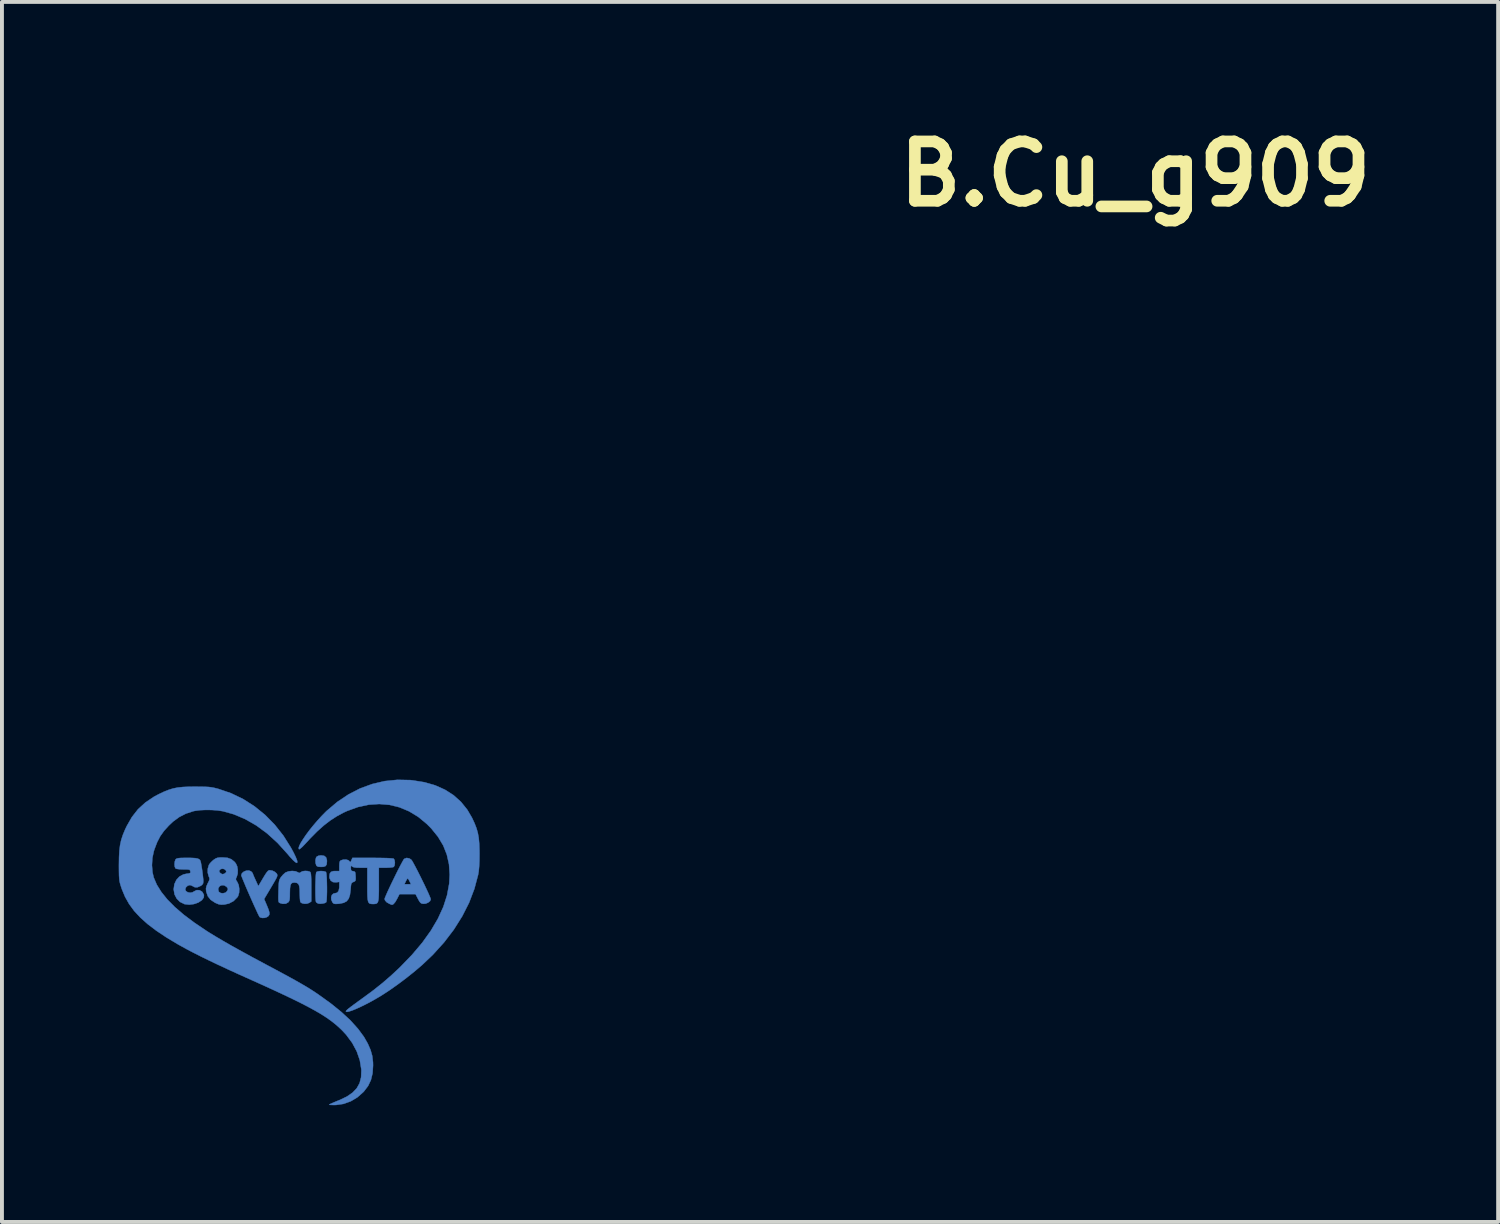
<source format=kicad_pcb>
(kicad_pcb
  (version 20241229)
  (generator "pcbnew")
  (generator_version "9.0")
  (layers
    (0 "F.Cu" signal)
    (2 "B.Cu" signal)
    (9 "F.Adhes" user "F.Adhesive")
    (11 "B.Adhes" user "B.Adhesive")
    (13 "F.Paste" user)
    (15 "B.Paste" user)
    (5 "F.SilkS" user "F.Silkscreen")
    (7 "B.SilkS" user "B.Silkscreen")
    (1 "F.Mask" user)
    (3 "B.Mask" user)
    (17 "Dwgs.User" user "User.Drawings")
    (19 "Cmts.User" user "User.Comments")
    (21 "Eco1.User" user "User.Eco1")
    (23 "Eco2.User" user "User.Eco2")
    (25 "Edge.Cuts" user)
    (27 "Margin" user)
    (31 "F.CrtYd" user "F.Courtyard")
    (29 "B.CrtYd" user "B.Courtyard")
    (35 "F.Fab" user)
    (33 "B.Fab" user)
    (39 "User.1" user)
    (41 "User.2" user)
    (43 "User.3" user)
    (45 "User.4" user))
  (footprint "B.Cu_g909"
    (layer "F.Cu")
    (at 26.113 1.418)
    (property "Reference" "B.Cu_g909" (at 0 0 0) (layer "F.SilkS") (effects (font (size 1.524 1.524) (thickness 0.3))))
    (attr through_hole)
    (fp_poly (pts (xy -20.834 17.517) (xy -20.787 17.556) (xy -20.766 17.626) (xy -20.765 17.661) (xy -20.772 17.735) (xy -20.798 17.778) (xy -20.852 17.798) (xy -20.916 17.801) (xy -20.984 17.797) (xy -21.023 17.78) (xy -21.039 17.76) (xy -21.057 17.698) (xy -21.059 17.626) (xy -21.044 17.563) (xy -21.028 17.538) (xy -20.984 17.515) (xy -20.921 17.505) (xy -20.913 17.505) (xy -20.834 17.517)) (stroke (width 0.01) (type solid)) (fill yes) (layer "B.Cu"))
    (fp_poly (pts (xy -20.848 17.912) (xy -20.801 17.925) (xy -20.79 17.932) (xy -20.781 17.961) (xy -20.775 18.024) (xy -20.769 18.112) (xy -20.766 18.216) (xy -20.764 18.328) (xy -20.764 18.44) (xy -20.767 18.543) (xy -20.771 18.628) (xy -20.777 18.686) (xy -20.783 18.708) (xy -20.815 18.728) (xy -20.872 18.742) (xy -20.936 18.748) (xy -20.989 18.742) (xy -20.997 18.739) (xy -21.035 18.714) (xy -21.045 18.703) (xy -21.052 18.671) (xy -21.057 18.606) (xy -21.06 18.517) (xy -21.061 18.412) (xy -21.061 18.3) (xy -21.058 18.189) (xy -21.054 18.088) (xy -21.049 18.006) (xy -21.042 17.951) (xy -21.035 17.932) (xy -21 17.917) (xy -20.941 17.908) (xy -20.913 17.907) (xy -20.848 17.912)) (stroke (width 0.01) (type solid)) (fill yes) (layer "B.Cu"))
    (fp_poly (pts (xy -22.165 17.898) (xy -22.1 17.93) (xy -22.055 17.972) (xy -22.045 17.991) (xy -22.041 18.009) (xy -22.041 18.029) (xy -22.049 18.056) (xy -22.067 18.095) (xy -22.098 18.152) (xy -22.144 18.232) (xy -22.209 18.342) (xy -22.23 18.378) (xy -22.378 18.626) (xy -22.301 18.806) (xy -22.261 18.907) (xy -22.242 18.979) (xy -22.245 19.029) (xy -22.27 19.066) (xy -22.309 19.092) (xy -22.366 19.11) (xy -22.429 19.112) (xy -22.48 19.098) (xy -22.495 19.087) (xy -22.511 19.057) (xy -22.542 18.996) (xy -22.582 18.908) (xy -22.631 18.802) (xy -22.684 18.683) (xy -22.74 18.557) (xy -22.795 18.431) (xy -22.847 18.311) (xy -22.892 18.203) (xy -22.929 18.114) (xy -22.955 18.049) (xy -22.966 18.016) (xy -22.966 18.014) (xy -22.947 17.963) (xy -22.899 17.922) (xy -22.836 17.897) (xy -22.771 17.893) (xy -22.716 17.914) (xy -22.711 17.918) (xy -22.68 17.951) (xy -22.669 17.971) (xy -22.661 17.996) (xy -22.639 18.049) (xy -22.607 18.12) (xy -22.598 18.14) (xy -22.527 18.295) (xy -22.406 18.09) (xy -22.351 17.999) (xy -22.31 17.939) (xy -22.279 17.904) (xy -22.253 17.888) (xy -22.233 17.886) (xy -22.165 17.898)) (stroke (width 0.01) (type solid)) (fill yes) (layer "B.Cu"))
    (fp_poly (pts (xy -18.646 17.584) (xy -18.598 17.616) (xy -18.576 17.646) (xy -18.541 17.708) (xy -18.494 17.795) (xy -18.439 17.9) (xy -18.38 18.017) (xy -18.319 18.141) (xy -18.259 18.263) (xy -18.205 18.378) (xy -18.158 18.48) (xy -18.123 18.561) (xy -18.102 18.616) (xy -18.098 18.634) (xy -18.116 18.678) (xy -18.164 18.717) (xy -18.227 18.744) (xy -18.287 18.749) (xy -18.33 18.742) (xy -18.362 18.723) (xy -18.392 18.683) (xy -18.426 18.621) (xy -18.489 18.5) (xy -18.695 18.5) (xy -18.901 18.5) (xy -18.964 18.624) (xy -19.01 18.703) (xy -19.054 18.755) (xy -19.091 18.775) (xy -19.099 18.773) (xy -19.119 18.766) (xy -19.155 18.751) (xy -19.226 18.712) (xy -19.271 18.663) (xy -19.283 18.625) (xy -19.274 18.594) (xy -19.248 18.532) (xy -19.21 18.444) (xy -19.161 18.339) (xy -19.117 18.246) (xy -18.774 18.246) (xy -18.606 18.246) (xy -18.642 18.172) (xy -18.667 18.124) (xy -18.687 18.099) (xy -18.69 18.098) (xy -18.707 18.115) (xy -18.732 18.157) (xy -18.739 18.172) (xy -18.774 18.246) (xy -19.117 18.246) (xy -19.105 18.221) (xy -19.045 18.098) (xy -18.985 17.975) (xy -18.927 17.859) (xy -18.874 17.757) (xy -18.83 17.675) (xy -18.798 17.618) (xy -18.781 17.595) (xy -18.716 17.57) (xy -18.646 17.584)) (stroke (width 0.01) (type solid)) (fill yes) (layer "B.Cu"))
    (fp_poly (pts (xy -21.256 17.908) (xy -21.203 17.925) (xy -21.197 17.929) (xy -21.185 17.947) (xy -21.177 17.983) (xy -21.172 18.041) (xy -21.168 18.128) (xy -21.167 18.249) (xy -21.167 18.322) (xy -21.167 18.689) (xy -21.22 18.724) (xy -21.277 18.745) (xy -21.344 18.748) (xy -21.406 18.734) (xy -21.445 18.707) (xy -21.453 18.675) (xy -21.459 18.611) (xy -21.462 18.527) (xy -21.463 18.476) (xy -21.466 18.363) (xy -21.478 18.285) (xy -21.502 18.236) (xy -21.54 18.211) (xy -21.597 18.203) (xy -21.607 18.203) (xy -21.653 18.21) (xy -21.684 18.233) (xy -21.704 18.279) (xy -21.714 18.355) (xy -21.717 18.465) (xy -21.717 18.477) (xy -21.718 18.572) (xy -21.723 18.635) (xy -21.734 18.676) (xy -21.753 18.704) (xy -21.759 18.711) (xy -21.822 18.746) (xy -21.903 18.749) (xy -21.967 18.731) (xy -21.987 18.722) (xy -22.001 18.708) (xy -22.009 18.682) (xy -22.012 18.637) (xy -22.013 18.565) (xy -22.01 18.461) (xy -22.01 18.429) (xy -22.006 18.313) (xy -22.002 18.231) (xy -21.995 18.174) (xy -21.984 18.132) (xy -21.967 18.097) (xy -21.945 18.063) (xy -21.895 18.004) (xy -21.841 17.954) (xy -21.824 17.943) (xy -21.749 17.915) (xy -21.659 17.905) (xy -21.574 17.913) (xy -21.519 17.935) (xy -21.48 17.956) (xy -21.454 17.95) (xy -21.436 17.935) (xy -21.391 17.913) (xy -21.325 17.904) (xy -21.256 17.908)) (stroke (width 0.01) (type solid)) (fill yes) (layer "B.Cu"))
    (fp_poly (pts (xy -24.234 17.57) (xy -24.143 17.576) (xy -24.082 17.588) (xy -24.043 17.607) (xy -24.02 17.635) (xy -24.014 17.647) (xy -24.003 17.689) (xy -23.99 17.762) (xy -23.975 17.853) (xy -23.961 17.952) (xy -23.95 18.047) (xy -23.942 18.126) (xy -23.94 18.167) (xy -23.946 18.225) (xy -23.972 18.263) (xy -24.008 18.288) (xy -24.091 18.325) (xy -24.16 18.323) (xy -24.205 18.299) (xy -24.256 18.274) (xy -24.291 18.268) (xy -24.342 18.284) (xy -24.386 18.325) (xy -24.405 18.375) (xy -24.405 18.377) (xy -24.387 18.422) (xy -24.341 18.452) (xy -24.281 18.464) (xy -24.219 18.454) (xy -24.176 18.429) (xy -24.112 18.397) (xy -24.041 18.399) (xy -23.977 18.433) (xy -23.962 18.45) (xy -23.924 18.52) (xy -23.928 18.585) (xy -23.973 18.65) (xy -23.979 18.656) (xy -24.068 18.716) (xy -24.181 18.755) (xy -24.302 18.771) (xy -24.416 18.758) (xy -24.428 18.755) (xy -24.539 18.7) (xy -24.624 18.615) (xy -24.68 18.507) (xy -24.701 18.38) (xy -24.701 18.371) (xy -24.683 18.243) (xy -24.632 18.134) (xy -24.553 18.049) (xy -24.451 17.994) (xy -24.367 17.976) (xy -24.306 17.968) (xy -24.277 17.956) (xy -24.271 17.934) (xy -24.273 17.915) (xy -24.281 17.89) (xy -24.296 17.875) (xy -24.33 17.868) (xy -24.39 17.865) (xy -24.456 17.865) (xy -24.553 17.861) (xy -24.622 17.852) (xy -24.655 17.839) (xy -24.674 17.796) (xy -24.68 17.732) (xy -24.673 17.664) (xy -24.655 17.612) (xy -24.647 17.602) (xy -24.624 17.587) (xy -24.584 17.577) (xy -24.52 17.571) (xy -24.425 17.569) (xy -24.36 17.568) (xy -24.234 17.57)) (stroke (width 0.01) (type solid)) (fill yes) (layer "B.Cu"))
    (fp_poly (pts (xy -23.318 17.568) (xy -23.221 17.604) (xy -23.141 17.668) (xy -23.105 17.712) (xy -23.071 17.785) (xy -23.055 17.879) (xy -23.058 17.975) (xy -23.081 18.052) (xy -23.102 18.099) (xy -23.102 18.132) (xy -23.078 18.173) (xy -23.067 18.188) (xy -23.032 18.266) (xy -23.017 18.364) (xy -23.021 18.463) (xy -23.046 18.549) (xy -23.063 18.577) (xy -23.162 18.677) (xy -23.283 18.742) (xy -23.402 18.768) (xy -23.481 18.771) (xy -23.544 18.761) (xy -23.611 18.734) (xy -23.643 18.718) (xy -23.753 18.645) (xy -23.825 18.553) (xy -23.864 18.44) (xy -23.867 18.423) (xy -23.87 18.381) (xy -23.558 18.381) (xy -23.543 18.44) (xy -23.494 18.472) (xy -23.439 18.479) (xy -23.371 18.463) (xy -23.337 18.431) (xy -23.31 18.385) (xy -23.312 18.351) (xy -23.344 18.312) (xy -23.347 18.309) (xy -23.405 18.274) (xy -23.467 18.271) (xy -23.52 18.296) (xy -23.553 18.345) (xy -23.558 18.381) (xy -23.87 18.381) (xy -23.872 18.358) (xy -23.86 18.299) (xy -23.829 18.229) (xy -23.825 18.22) (xy -23.794 18.158) (xy -23.781 18.117) (xy -23.785 18.082) (xy -23.803 18.039) (xy -23.804 18.038) (xy -23.827 17.948) (xy -23.826 17.9) (xy -23.534 17.9) (xy -23.525 17.934) (xy -23.504 17.958) (xy -23.457 17.988) (xy -23.408 17.98) (xy -23.377 17.961) (xy -23.35 17.931) (xy -23.357 17.897) (xy -23.36 17.892) (xy -23.403 17.856) (xy -23.46 17.847) (xy -23.507 17.866) (xy -23.534 17.9) (xy -23.826 17.9) (xy -23.825 17.846) (xy -23.798 17.754) (xy -23.784 17.729) (xy -23.745 17.683) (xy -23.691 17.632) (xy -23.672 17.617) (xy -23.624 17.585) (xy -23.578 17.567) (xy -23.518 17.559) (xy -23.442 17.558) (xy -23.318 17.568)) (stroke (width 0.01) (type solid)) (fill yes) (layer "B.Cu"))
    (fp_poly (pts (xy -18.622 15.571) (xy -18.567 15.577) (xy -18.261 15.626) (xy -17.983 15.706) (xy -17.733 15.818) (xy -17.512 15.959) (xy -17.321 16.131) (xy -17.159 16.332) (xy -17.038 16.539) (xy -16.973 16.679) (xy -16.924 16.805) (xy -16.889 16.928) (xy -16.866 17.056) (xy -16.853 17.202) (xy -16.847 17.375) (xy -16.846 17.462) (xy -16.848 17.645) (xy -16.855 17.793) (xy -16.866 17.913) (xy -16.881 18.002) (xy -16.977 18.363) (xy -17.113 18.72) (xy -17.29 19.069) (xy -17.505 19.411) (xy -17.757 19.741) (xy -18.045 20.059) (xy -18.321 20.321) (xy -18.512 20.484) (xy -18.724 20.653) (xy -18.942 20.817) (xy -19.156 20.968) (xy -19.339 21.088) (xy -19.48 21.173) (xy -19.623 21.254) (xy -19.763 21.328) (xy -19.895 21.393) (xy -20.014 21.447) (xy -20.117 21.489) (xy -20.198 21.515) (xy -20.253 21.525) (xy -20.277 21.515) (xy -20.278 21.511) (xy -20.271 21.497) (xy -20.25 21.475) (xy -20.211 21.441) (xy -20.15 21.394) (xy -20.064 21.33) (xy -19.949 21.246) (xy -19.823 21.155) (xy -19.571 20.969) (xy -19.346 20.79) (xy -19.135 20.608) (xy -18.924 20.413) (xy -18.883 20.373) (xy -18.579 20.058) (xy -18.315 19.746) (xy -18.094 19.437) (xy -17.914 19.131) (xy -17.775 18.828) (xy -17.679 18.529) (xy -17.624 18.233) (xy -17.611 17.998) (xy -17.629 17.733) (xy -17.685 17.484) (xy -17.778 17.25) (xy -17.911 17.028) (xy -18.083 16.815) (xy -18.199 16.698) (xy -18.419 16.516) (xy -18.654 16.373) (xy -18.9 16.27) (xy -19.156 16.207) (xy -19.421 16.185) (xy -19.691 16.203) (xy -19.965 16.262) (xy -20.242 16.362) (xy -20.332 16.403) (xy -20.509 16.498) (xy -20.678 16.607) (xy -20.845 16.736) (xy -21.017 16.89) (xy -21.198 17.073) (xy -21.33 17.216) (xy -21.389 17.278) (xy -21.439 17.323) (xy -21.473 17.346) (xy -21.482 17.347) (xy -21.492 17.318) (xy -21.476 17.262) (xy -21.437 17.184) (xy -21.378 17.089) (xy -21.304 16.98) (xy -21.216 16.861) (xy -21.118 16.739) (xy -21.013 16.616) (xy -20.905 16.497) (xy -20.796 16.386) (xy -20.772 16.363) (xy -20.5 16.132) (xy -20.213 15.94) (xy -19.914 15.786) (xy -19.603 15.672) (xy -19.282 15.597) (xy -18.955 15.564) (xy -18.622 15.571)) (stroke (width 0.01) (type solid)) (fill yes) (layer "B.Cu"))
    (fp_poly (pts (xy -19.596 17.569) (xy -19.451 17.57) (xy -19.32 17.572) (xy -19.208 17.575) (xy -19.121 17.58) (xy -19.066 17.585) (xy -19.05 17.589) (xy -19.028 17.625) (xy -19.019 17.692) (xy -19.019 17.695) (xy -19.027 17.763) (xy -19.049 17.801) (xy -19.05 17.802) (xy -19.085 17.811) (xy -19.15 17.818) (xy -19.233 17.822) (xy -19.256 17.822) (xy -19.431 17.822) (xy -19.431 18.255) (xy -19.431 18.412) (xy -19.434 18.533) (xy -19.439 18.621) (xy -19.449 18.682) (xy -19.466 18.721) (xy -19.49 18.742) (xy -19.524 18.751) (xy -19.568 18.754) (xy -19.579 18.754) (xy -19.626 18.752) (xy -19.662 18.745) (xy -19.688 18.726) (xy -19.706 18.692) (xy -19.718 18.636) (xy -19.724 18.554) (xy -19.727 18.44) (xy -19.727 18.291) (xy -19.727 18.255) (xy -19.727 17.822) (xy -19.906 17.822) (xy -20.004 17.82) (xy -20.069 17.812) (xy -20.107 17.797) (xy -20.117 17.789) (xy -20.139 17.771) (xy -20.149 17.783) (xy -20.151 17.83) (xy -20.151 17.83) (xy -20.146 17.881) (xy -20.127 17.904) (xy -20.092 17.911) (xy -20.06 17.918) (xy -20.041 17.935) (xy -20.033 17.974) (xy -20.028 18.041) (xy -20.026 18.11) (xy -20.031 18.15) (xy -20.048 18.171) (xy -20.082 18.187) (xy -20.083 18.187) (xy -20.113 18.201) (xy -20.132 18.219) (xy -20.144 18.253) (xy -20.151 18.311) (xy -20.157 18.389) (xy -20.174 18.52) (xy -20.206 18.616) (xy -20.257 18.682) (xy -20.333 18.723) (xy -20.438 18.745) (xy -20.464 18.748) (xy -20.536 18.752) (xy -20.579 18.748) (xy -20.606 18.732) (xy -20.624 18.709) (xy -20.653 18.643) (xy -20.656 18.576) (xy -20.636 18.52) (xy -20.595 18.485) (xy -20.564 18.479) (xy -20.503 18.464) (xy -20.465 18.418) (xy -20.448 18.338) (xy -20.447 18.299) (xy -20.447 18.186) (xy -20.529 18.197) (xy -20.61 18.191) (xy -20.669 18.152) (xy -20.698 18.086) (xy -20.701 18.054) (xy -20.693 17.976) (xy -20.662 17.93) (xy -20.604 17.91) (xy -20.552 17.907) (xy -20.447 17.907) (xy -20.447 17.781) (xy -20.444 17.706) (xy -20.435 17.662) (xy -20.414 17.638) (xy -20.406 17.633) (xy -20.341 17.613) (xy -20.272 17.612) (xy -20.214 17.63) (xy -20.189 17.652) (xy -20.17 17.677) (xy -20.156 17.671) (xy -20.137 17.631) (xy -20.11 17.568) (xy -19.596 17.569)) (stroke (width 0.01) (type solid)) (fill yes) (layer "B.Cu"))
    (fp_poly (pts (xy -24.008 15.741) (xy -23.898 15.743) (xy -23.811 15.747) (xy -23.739 15.755) (xy -23.673 15.767) (xy -23.602 15.784) (xy -23.554 15.797) (xy -23.229 15.908) (xy -22.919 16.057) (xy -22.627 16.243) (xy -22.356 16.463) (xy -22.107 16.716) (xy -21.883 16.999) (xy -21.687 17.311) (xy -21.62 17.436) (xy -21.564 17.553) (xy -21.532 17.636) (xy -21.525 17.684) (xy -21.54 17.698) (xy -21.579 17.677) (xy -21.64 17.622) (xy -21.723 17.532) (xy -21.78 17.464) (xy -22.034 17.184) (xy -22.301 16.941) (xy -22.578 16.737) (xy -22.865 16.573) (xy -23.16 16.448) (xy -23.44 16.37) (xy -23.571 16.35) (xy -23.721 16.339) (xy -23.878 16.337) (xy -24.027 16.344) (xy -24.154 16.361) (xy -24.194 16.369) (xy -24.387 16.432) (xy -24.557 16.519) (xy -24.717 16.636) (xy -24.828 16.741) (xy -24.951 16.877) (xy -25.048 17.014) (xy -25.126 17.165) (xy -25.194 17.343) (xy -25.212 17.399) (xy -25.249 17.573) (xy -25.26 17.757) (xy -25.246 17.937) (xy -25.215 18.072) (xy -25.136 18.257) (xy -25.019 18.445) (xy -24.865 18.637) (xy -24.671 18.833) (xy -24.438 19.033) (xy -24.164 19.238) (xy -23.849 19.45) (xy -23.789 19.488) (xy -23.624 19.589) (xy -23.432 19.702) (xy -23.211 19.829) (xy -22.957 19.97) (xy -22.67 20.127) (xy -22.347 20.3) (xy -22.31 20.32) (xy -22.077 20.444) (xy -21.878 20.551) (xy -21.707 20.644) (xy -21.561 20.725) (xy -21.436 20.796) (xy -21.326 20.86) (xy -21.228 20.919) (xy -21.137 20.977) (xy -21.049 21.035) (xy -20.987 21.077) (xy -20.67 21.305) (xy -20.395 21.527) (xy -20.16 21.745) (xy -19.967 21.959) (xy -19.812 22.17) (xy -19.715 22.341) (xy -19.644 22.504) (xy -19.601 22.656) (xy -19.582 22.816) (xy -19.58 22.902) (xy -19.593 23.102) (xy -19.635 23.275) (xy -19.708 23.428) (xy -19.815 23.569) (xy -19.827 23.582) (xy -19.98 23.718) (xy -20.152 23.821) (xy -20.337 23.888) (xy -20.528 23.916) (xy -20.57 23.917) (xy -20.65 23.916) (xy -20.694 23.913) (xy -20.706 23.907) (xy -20.691 23.896) (xy -20.669 23.886) (xy -20.619 23.864) (xy -20.545 23.832) (xy -20.459 23.797) (xy -20.44 23.79) (xy -20.254 23.701) (xy -20.108 23.601) (xy -19.999 23.487) (xy -19.926 23.356) (xy -19.887 23.205) (xy -19.88 23.032) (xy -19.882 22.998) (xy -19.92 22.767) (xy -19.999 22.54) (xy -20.116 22.321) (xy -20.27 22.113) (xy -20.374 22.001) (xy -20.463 21.916) (xy -20.558 21.834) (xy -20.661 21.753) (xy -20.776 21.672) (xy -20.906 21.588) (xy -21.053 21.502) (xy -21.22 21.41) (xy -21.41 21.311) (xy -21.626 21.204) (xy -21.871 21.087) (xy -22.147 20.958) (xy -22.458 20.816) (xy -22.692 20.711) (xy -23.017 20.565) (xy -23.306 20.433) (xy -23.564 20.313) (xy -23.794 20.203) (xy -24.001 20.102) (xy -24.187 20.008) (xy -24.357 19.919) (xy -24.515 19.832) (xy -24.596 19.787) (xy -24.893 19.609) (xy -25.15 19.437) (xy -25.372 19.268) (xy -25.56 19.1) (xy -25.718 18.929) (xy -25.847 18.753) (xy -25.95 18.57) (xy -26.031 18.376) (xy -26.041 18.347) (xy -26.064 18.277) (xy -26.081 18.218) (xy -26.093 18.162) (xy -26.1 18.1) (xy -26.105 18.025) (xy -26.107 17.926) (xy -26.108 17.797) (xy -26.108 17.748) (xy -26.105 17.55) (xy -26.096 17.384) (xy -26.078 17.24) (xy -26.049 17.108) (xy -26.007 16.979) (xy -25.95 16.842) (xy -25.908 16.753) (xy -25.775 16.521) (xy -25.617 16.319) (xy -25.429 16.147) (xy -25.209 15.999) (xy -25.093 15.937) (xy -24.955 15.871) (xy -24.832 15.822) (xy -24.716 15.786) (xy -24.595 15.762) (xy -24.461 15.748) (xy -24.302 15.741) (xy -24.151 15.74) (xy -24.008 15.741)) (stroke (width 0.01) (type solid)) (fill yes) (layer "B.Cu")))
  (gr_rect
    (start -3 -3)
    (end 35.434 28.34)
    (stroke (width 0.1) (type default))
    (fill no)
    (layer "Edge.Cuts")))
</source>
